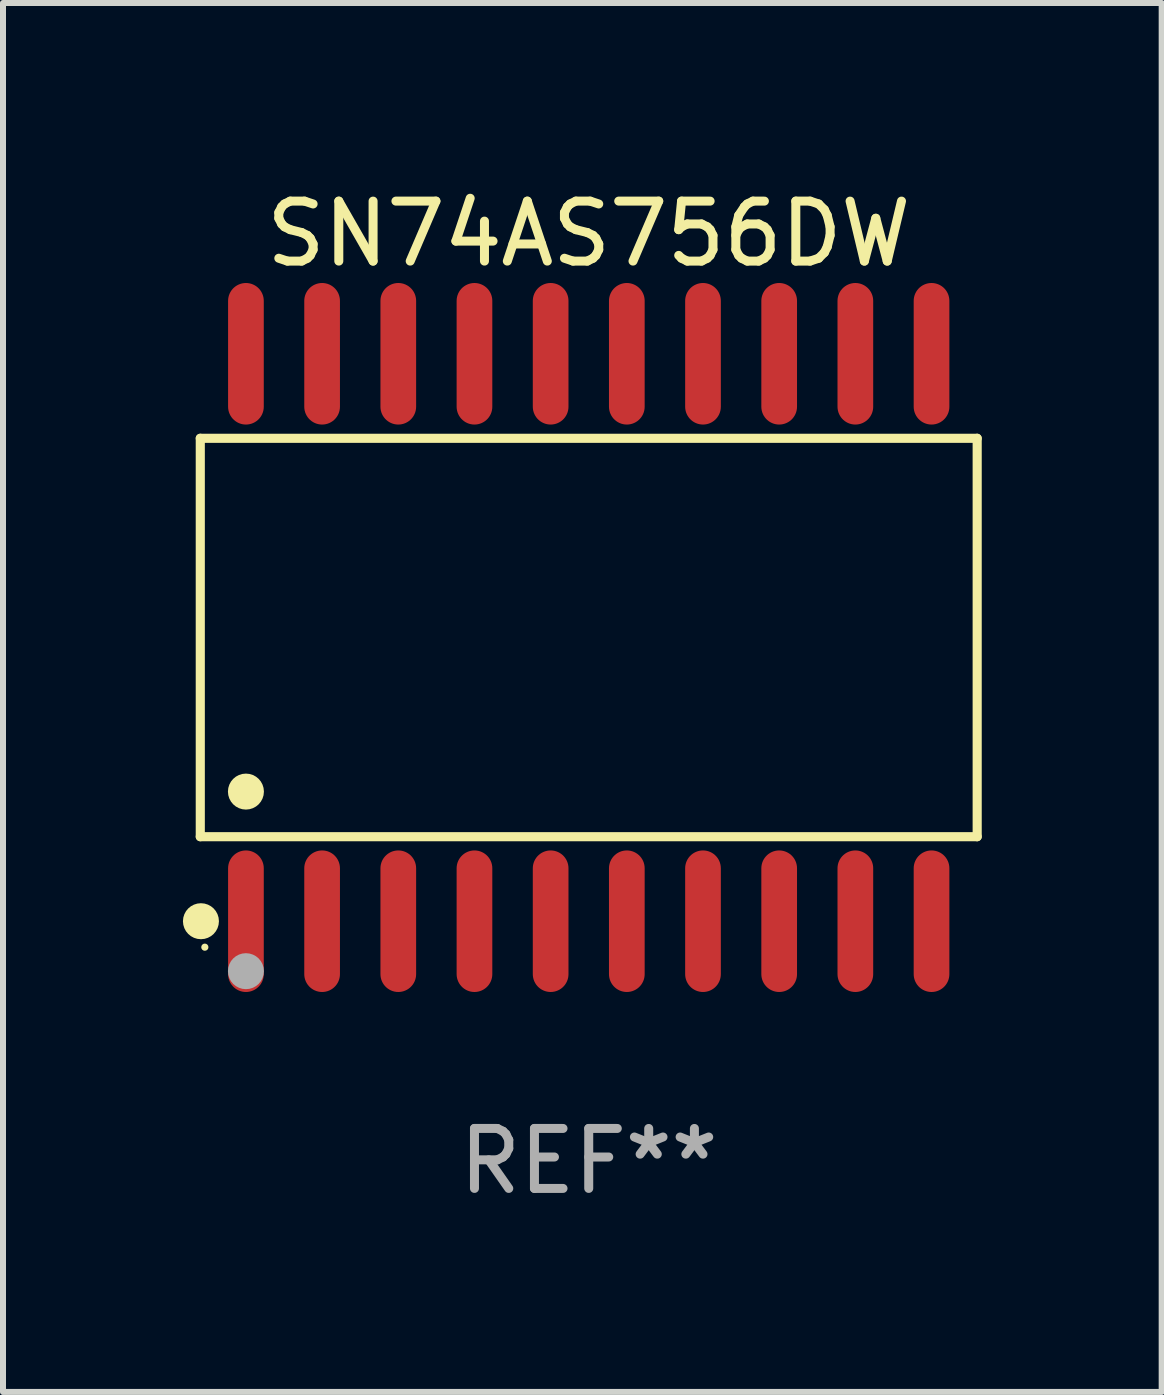
<source format=kicad_pcb>
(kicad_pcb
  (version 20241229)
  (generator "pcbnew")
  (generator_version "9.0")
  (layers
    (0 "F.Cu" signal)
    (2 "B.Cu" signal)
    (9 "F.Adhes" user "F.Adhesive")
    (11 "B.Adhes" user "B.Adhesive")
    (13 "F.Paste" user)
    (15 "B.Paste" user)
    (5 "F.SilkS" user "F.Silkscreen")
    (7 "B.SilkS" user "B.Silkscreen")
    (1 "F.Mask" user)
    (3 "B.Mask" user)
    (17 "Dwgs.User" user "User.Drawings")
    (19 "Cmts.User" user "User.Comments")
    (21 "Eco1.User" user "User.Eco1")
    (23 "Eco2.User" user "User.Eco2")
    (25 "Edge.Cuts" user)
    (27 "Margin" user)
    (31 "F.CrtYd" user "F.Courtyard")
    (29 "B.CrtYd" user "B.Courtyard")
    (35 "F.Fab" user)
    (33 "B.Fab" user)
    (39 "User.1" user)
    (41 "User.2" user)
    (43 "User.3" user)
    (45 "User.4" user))
  (footprint "SN74AS756DW"
    (layer "F.Cu")
    (at 6.765 7.578)
    (property "Reference" "SN74AS756DW" (at 0 -6.73 0) (layer "F.SilkS") (effects (font (size 1 1) (thickness 0.15))))
    (attr through_hole)
    (fp_line (start -6.476 -3.321) (end 6.476 -3.321) (stroke (width 0.152) (type solid)) (layer "F.SilkS"))
    (fp_line (start -6.476 3.321) (end -6.476 -3.321) (stroke (width 0.152) (type solid)) (layer "F.SilkS"))
    (fp_line (start 6.476 -3.321) (end 6.476 3.321) (stroke (width 0.152) (type solid)) (layer "F.SilkS"))
    (fp_line (start 6.476 3.321) (end -6.476 3.321) (stroke (width 0.152) (type solid)) (layer "F.SilkS"))
    (fp_circle (center -6.465 4.73) (end -6.315 4.73) (stroke (width 0.3) (type solid)) (fill no) (layer "F.SilkS"))
    (fp_circle (center -6.4 5.163) (end -6.37 5.163) (stroke (width 0.06) (type solid)) (fill no) (layer "F.SilkS"))
    (fp_circle (center -5.715 2.569) (end -5.565 2.569) (stroke (width 0.3) (type solid)) (fill no) (layer "F.SilkS"))
    (fp_circle (center -5.715 5.563) (end -5.565 5.563) (stroke (width 0.3) (type solid)) (fill no) (layer "F.Fab"))
    (fp_text user "REF**" (at 0 8.73 0) (layer "F.Fab") (effects (font (size 1 1) (thickness 0.15))))
    (pad "1" smd oval (at -5.715 4.73) (size 0.595 2.36) (layers "F.Cu" "F.Mask" "F.Paste"))
    (pad "2" smd oval (at -4.445 4.73) (size 0.595 2.36) (layers "F.Cu" "F.Mask" "F.Paste"))
    (pad "3" smd oval (at -3.175 4.73) (size 0.595 2.36) (layers "F.Cu" "F.Mask" "F.Paste"))
    (pad "4" smd oval (at -1.905 4.73) (size 0.595 2.36) (layers "F.Cu" "F.Mask" "F.Paste"))
    (pad "5" smd oval (at -0.635 4.73) (size 0.595 2.36) (layers "F.Cu" "F.Mask" "F.Paste"))
    (pad "6" smd oval (at 0.635 4.73) (size 0.595 2.36) (layers "F.Cu" "F.Mask" "F.Paste"))
    (pad "7" smd oval (at 1.905 4.73) (size 0.595 2.36) (layers "F.Cu" "F.Mask" "F.Paste"))
    (pad "8" smd oval (at 3.175 4.73) (size 0.595 2.36) (layers "F.Cu" "F.Mask" "F.Paste"))
    (pad "9" smd oval (at 4.445 4.73) (size 0.595 2.36) (layers "F.Cu" "F.Mask" "F.Paste"))
    (pad "10" smd oval (at 5.715 4.73) (size 0.595 2.36) (layers "F.Cu" "F.Mask" "F.Paste"))
    (pad "11" smd oval (at 5.715 -4.73) (size 0.595 2.36) (layers "F.Cu" "F.Mask" "F.Paste"))
    (pad "12" smd oval (at 4.445 -4.73) (size 0.595 2.36) (layers "F.Cu" "F.Mask" "F.Paste"))
    (pad "13" smd oval (at 3.175 -4.73) (size 0.595 2.36) (layers "F.Cu" "F.Mask" "F.Paste"))
    (pad "14" smd oval (at 1.905 -4.73) (size 0.595 2.36) (layers "F.Cu" "F.Mask" "F.Paste"))
    (pad "15" smd oval (at 0.635 -4.73) (size 0.595 2.36) (layers "F.Cu" "F.Mask" "F.Paste"))
    (pad "16" smd oval (at -0.635 -4.73) (size 0.595 2.36) (layers "F.Cu" "F.Mask" "F.Paste"))
    (pad "17" smd oval (at -1.905 -4.73) (size 0.595 2.36) (layers "F.Cu" "F.Mask" "F.Paste"))
    (pad "18" smd oval (at -3.175 -4.73) (size 0.595 2.36) (layers "F.Cu" "F.Mask" "F.Paste"))
    (pad "19" smd oval (at -4.445 -4.73) (size 0.595 2.36) (layers "F.Cu" "F.Mask" "F.Paste"))
    (pad "20" smd oval (at -5.715 -4.73) (size 0.595 2.36) (layers "F.Cu" "F.Mask" "F.Paste")))
  (gr_rect
    (start -3 -3)
    (end 16.317 20.156)
    (stroke (width 0.1) (type default))
    (fill no)
    (layer "Edge.Cuts")))
</source>
